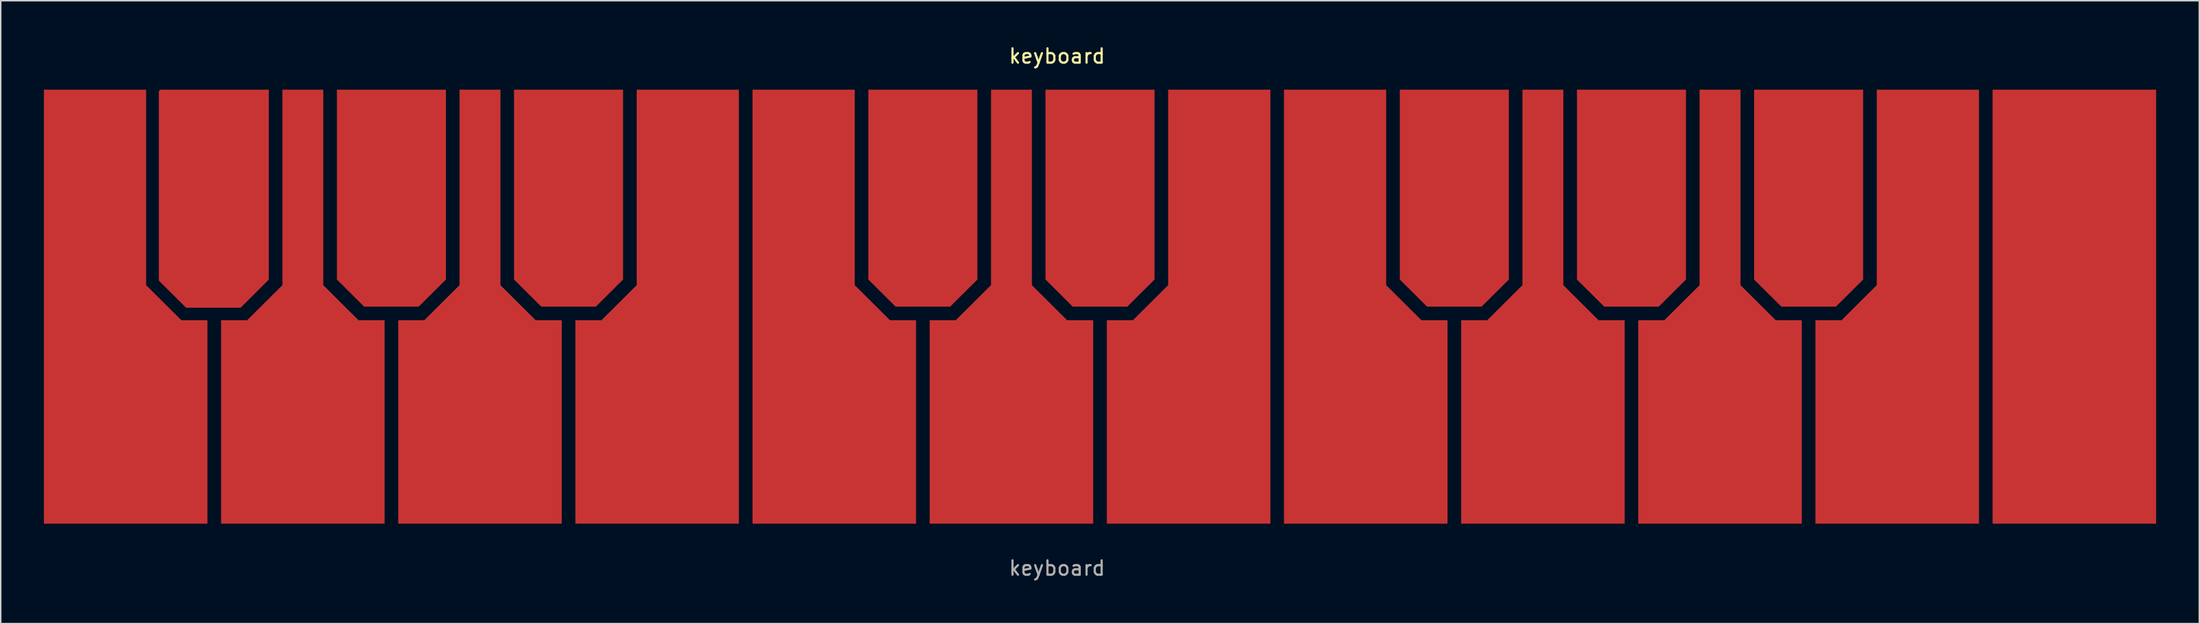
<source format=kicad_pcb>
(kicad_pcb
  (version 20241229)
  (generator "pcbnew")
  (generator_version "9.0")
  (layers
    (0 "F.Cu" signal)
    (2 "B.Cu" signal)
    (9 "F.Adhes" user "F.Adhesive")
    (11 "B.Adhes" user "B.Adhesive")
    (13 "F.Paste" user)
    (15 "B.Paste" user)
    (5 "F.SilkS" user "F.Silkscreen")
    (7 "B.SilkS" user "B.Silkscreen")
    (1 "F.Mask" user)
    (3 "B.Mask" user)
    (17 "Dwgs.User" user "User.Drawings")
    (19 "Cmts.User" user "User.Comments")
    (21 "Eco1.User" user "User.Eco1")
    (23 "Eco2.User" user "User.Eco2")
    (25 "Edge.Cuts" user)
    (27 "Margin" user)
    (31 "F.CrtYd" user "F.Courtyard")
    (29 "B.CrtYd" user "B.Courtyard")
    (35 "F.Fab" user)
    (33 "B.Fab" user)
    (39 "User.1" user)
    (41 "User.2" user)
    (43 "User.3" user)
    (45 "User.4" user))
  (footprint "keyboard"
    (layer "F.Cu")
    (at 70.347 16.088)
    (property "Reference" "keyboard" (at 0 -15.24 0) (unlocked yes) (layer "F.SilkS") (effects (font (size 1 1) (thickness 0.15))))
    (attr smd)
    (fp_text user "${REFERENCE}" (at 0 20.32 0) (unlocked yes) (layer "F.Fab") (effects (font (size 1 1) (thickness 0.15))))
    (pad "1" smd custom (at -68.58 15.24) (size 1.524 1.524) (layers "F.Cu" "F.Mask" "F.Paste") (options (anchor rect)) (primitives (gr_poly (pts (xy 5.329 -14.575) (xy 7.776 -12.14) (xy 9.587 -12.14) (xy 9.587 1.986) (xy -1.767 1.986) (xy -1.767 -28.15) (xy 5.329 -28.15) (xy 5.329 -14.575)) (width 0.000003) (fill yes))))
    (pad "2" smd custom (at -58.42 0) (size 1.524 1.524) (layers "F.Cu" "F.Mask" "F.Paste") (options (anchor circle)) (primitives (gr_poly (pts (xy 3.62 0.348) (xy 1.728 2.232) (xy -2.057 2.232) (xy -3.949 0.348) (xy -3.949 -12.836) (xy 3.62 -12.836) (xy 3.62 0.348)) (width 0.000003) (fill yes)) (gr_poly (pts (xy 3.685 0.275) (xy 1.793 2.158) (xy -1.992 2.158) (xy -3.885 0.275) (xy -3.885 -12.91) (xy 3.685 -12.91) (xy 3.685 0.275)) (width 0.000003) (fill yes))))
    (pad "3" smd custom (at -55.88 15.24) (size 1.524 1.524) (layers "F.Cu" "F.Mask" "F.Paste") (options (anchor circle)) (primitives (gr_poly (pts (xy 4.93 -14.575) (xy 7.376 -12.14) (xy 9.187 -12.14) (xy 9.187 1.986) (xy -2.167 1.986) (xy -2.167 -12.14) (xy -0.356 -12.14) (xy 2.091 -14.575) (xy 2.091 -28.15) (xy 4.93 -28.15) (xy 4.93 -14.575)) (width 0.000003) (fill yes))))
    (pad "4" smd custom (at -45.72 0) (size 1.524 1.524) (layers "F.Cu" "F.Mask" "F.Paste") (options (anchor circle)) (primitives (gr_poly (pts (xy 3.285 0.275) (xy 1.393 2.158) (xy -2.392 2.158) (xy -4.284 0.275) (xy -4.284 -12.91) (xy 3.285 -12.91) (xy 3.285 0.275)) (width 0.000003) (fill yes))))
    (pad "5" smd custom (at -43.18 15.24) (size 1.524 1.524) (layers "F.Cu" "F.Mask" "F.Paste") (options (anchor circle)) (primitives (gr_poly (pts (xy 4.53 -14.575) (xy 6.977 -12.14) (xy 8.788 -12.14) (xy 8.788 1.986) (xy -2.566 1.986) (xy -2.566 -12.14) (xy -0.755 -12.14) (xy 1.691 -14.575) (xy 1.691 -28.15) (xy 4.53 -28.15) (xy 4.53 -14.575)) (width 0.000003) (fill yes))))
    (pad "6" smd custom (at -33.02 0) (size 1.524 1.524) (layers "F.Cu" "F.Mask" "F.Paste") (options (anchor circle)) (primitives (gr_poly (pts (xy 2.886 0.275) (xy 0.993 2.158) (xy -2.791 2.158) (xy -4.684 0.275) (xy -4.684 -12.91) (xy 2.886 -12.91) (xy 2.886 0.275)) (width 0.000003) (fill yes))))
    (pad "7" smd custom (at -30.48 15.24) (size 1.524 1.524) (layers "F.Cu" "F.Mask" "F.Paste") (options (anchor circle)) (primitives (gr_poly (pts (xy 8.388 1.986) (xy -2.966 1.986) (xy -2.966 -12.14) (xy -1.155 -12.14) (xy 1.292 -14.575) (xy 1.292 -28.15) (xy 8.388 -28.15) (xy 8.388 1.986)) (width 0.000003) (fill yes))))
    (pad "8" smd custom (at -17.78 15.24) (size 1.524 1.524) (layers "F.Cu" "F.Mask" "F.Paste") (options (anchor circle)) (primitives (gr_poly (pts (xy 3.731 -14.575) (xy 6.178 -12.14) (xy 7.989 -12.14) (xy 7.989 1.986) (xy -3.365 1.986) (xy -3.365 -28.15) (xy 3.731 -28.15) (xy 3.731 -14.575)) (width 0.000003) (fill yes))))
    (pad "9" smd custom (at -10.16 0) (size 1.524 1.524) (layers "F.Cu" "F.Mask" "F.Paste") (options (anchor circle)) (primitives (gr_poly (pts (xy 4.627 0.275) (xy 2.734 2.158) (xy -1.05 2.158) (xy -2.943 0.275) (xy -2.943 -12.91) (xy 4.627 -12.91) (xy 4.627 0.275)) (width 0.000003) (fill yes))))
    (pad "10" smd custom (at -5.08 15.24) (size 1.524 1.524) (layers "F.Cu" "F.Mask" "F.Paste") (options (anchor circle)) (primitives (gr_poly (pts (xy 3.331 -14.575) (xy 5.778 -12.14) (xy 7.589 -12.14) (xy 7.589 1.986) (xy -3.765 1.986) (xy -3.765 -12.14) (xy -1.954 -12.14) (xy 0.493 -14.575) (xy 0.493 -28.15) (xy 3.331 -28.15) (xy 3.331 -14.575)) (width 0.000003) (fill yes))))
    (pad "11" smd custom (at 2.54 0) (size 1.524 1.524) (layers "F.Cu" "F.Mask" "F.Paste") (options (anchor circle)) (primitives (gr_poly (pts (xy 4.227 0.275) (xy 2.335 2.158) (xy -1.45 2.158) (xy -3.342 0.275) (xy -3.342 -12.91) (xy 4.227 -12.91) (xy 4.227 0.275)) (width 0.000003) (fill yes))))
    (pad "12" smd custom (at 7.62 15.24) (size 1.524 1.524) (layers "F.Cu" "F.Mask" "F.Paste") (options (anchor circle)) (primitives (gr_poly (pts (xy 7.19 1.986) (xy -4.165 1.986) (xy -4.165 -12.14) (xy -2.353 -12.14) (xy 0.093 -14.575) (xy 0.093 -28.15) (xy 7.19 -28.15) (xy 7.19 1.986)) (width 0.000003) (fill yes))))
    (pad "13" smd custom (at 17.78 15.24) (size 1.524 1.524) (layers "F.Cu" "F.Mask" "F.Paste") (options (anchor circle)) (primitives (gr_poly (pts (xy 5.072 -14.575) (xy 7.519 -12.14) (xy 9.33 -12.14) (xy 9.33 1.986) (xy -2.024 1.986) (xy -2.024 -28.15) (xy 5.072 -28.15) (xy 5.072 -14.575)) (width 0.000003) (fill yes))))
    (pad "14" smd custom (at 25.4 0) (size 1.524 1.524) (layers "F.Cu" "F.Mask" "F.Paste") (options (anchor circle)) (primitives (gr_poly (pts (xy 5.968 0.275) (xy 4.076 2.158) (xy 0.291 2.158) (xy -1.601 0.275) (xy -1.601 -12.91) (xy 5.968 -12.91) (xy 5.968 0.275)) (width 0.000003) (fill yes))))
    (pad "15" smd custom (at 30.48 15.24) (size 1.524 1.524) (layers "F.Cu" "F.Mask" "F.Paste") (options (anchor circle)) (primitives (gr_poly (pts (xy 4.673 -14.575) (xy 7.119 -12.14) (xy 8.931 -12.14) (xy 8.931 1.986) (xy -2.424 1.986) (xy -2.424 -12.14) (xy -0.612 -12.14) (xy 1.834 -14.575) (xy 1.834 -28.15) (xy 4.673 -28.15) (xy 4.673 -14.575)) (width 0.000003) (fill yes))))
    (pad "16" smd custom (at 38.1 0) (size 1.524 1.524) (layers "F.Cu" "F.Mask" "F.Paste") (options (anchor circle)) (primitives (gr_poly (pts (xy 5.568 0.275) (xy 3.676 2.158) (xy -0.108 2.158) (xy -2.001 0.275) (xy -2.001 -12.91) (xy 5.568 -12.91) (xy 5.568 0.275)) (width 0.000003) (fill yes))))
    (pad "17" smd custom (at 43.18 15.24) (size 1.524 1.524) (layers "F.Cu" "F.Mask" "F.Paste") (options (anchor circle)) (primitives (gr_poly (pts (xy 4.273 -14.575) (xy 6.72 -12.14) (xy 8.531 -12.14) (xy 8.531 1.986) (xy -2.824 1.986) (xy -2.824 -12.14) (xy -1.012 -12.14) (xy 1.434 -14.575) (xy 1.434 -28.15) (xy 4.273 -28.15) (xy 4.273 -14.575)) (width 0.000003) (fill yes))))
    (pad "18" smd custom (at 50.8 0) (size 1.524 1.524) (layers "F.Cu" "F.Mask" "F.Paste") (options (anchor circle)) (primitives (gr_poly (pts (xy 5.169 0.275) (xy 3.277 2.158) (xy -0.508 2.158) (xy -2.401 0.275) (xy -2.401 -12.91) (xy 5.169 -12.91) (xy 5.169 0.275)) (width 0.000003) (fill yes))))
    (pad "19" smd custom (at 55.88 15.24) (size 1.524 1.524) (layers "F.Cu" "F.Mask" "F.Paste") (options (anchor circle)) (primitives (gr_poly (pts (xy 8.132 1.986) (xy -3.222 1.986) (xy -3.222 -12.14) (xy -1.411 -12.14) (xy 1.035 -14.575) (xy 1.035 -28.15) (xy 8.132 -28.15) (xy 8.132 1.986)) (width 0.000003) (fill yes))))
    (pad "20" smd custom (at 66.04 15.24) (size 1.524 1.524) (layers "F.Cu" "F.Mask" "F.Paste") (options (anchor circle)) (primitives (gr_poly (pts (xy 10.272 1.986) (xy -1.082 1.986) (xy -1.082 -28.15) (xy 10.272 -28.15) (xy 10.272 1.986)) (width 0.000003) (fill yes)))))
  (gr_rect
    (start -3 -3)
    (end 149.659 40.257)
    (stroke (width 0.1) (type default))
    (fill no)
    (layer "Edge.Cuts")))
</source>
